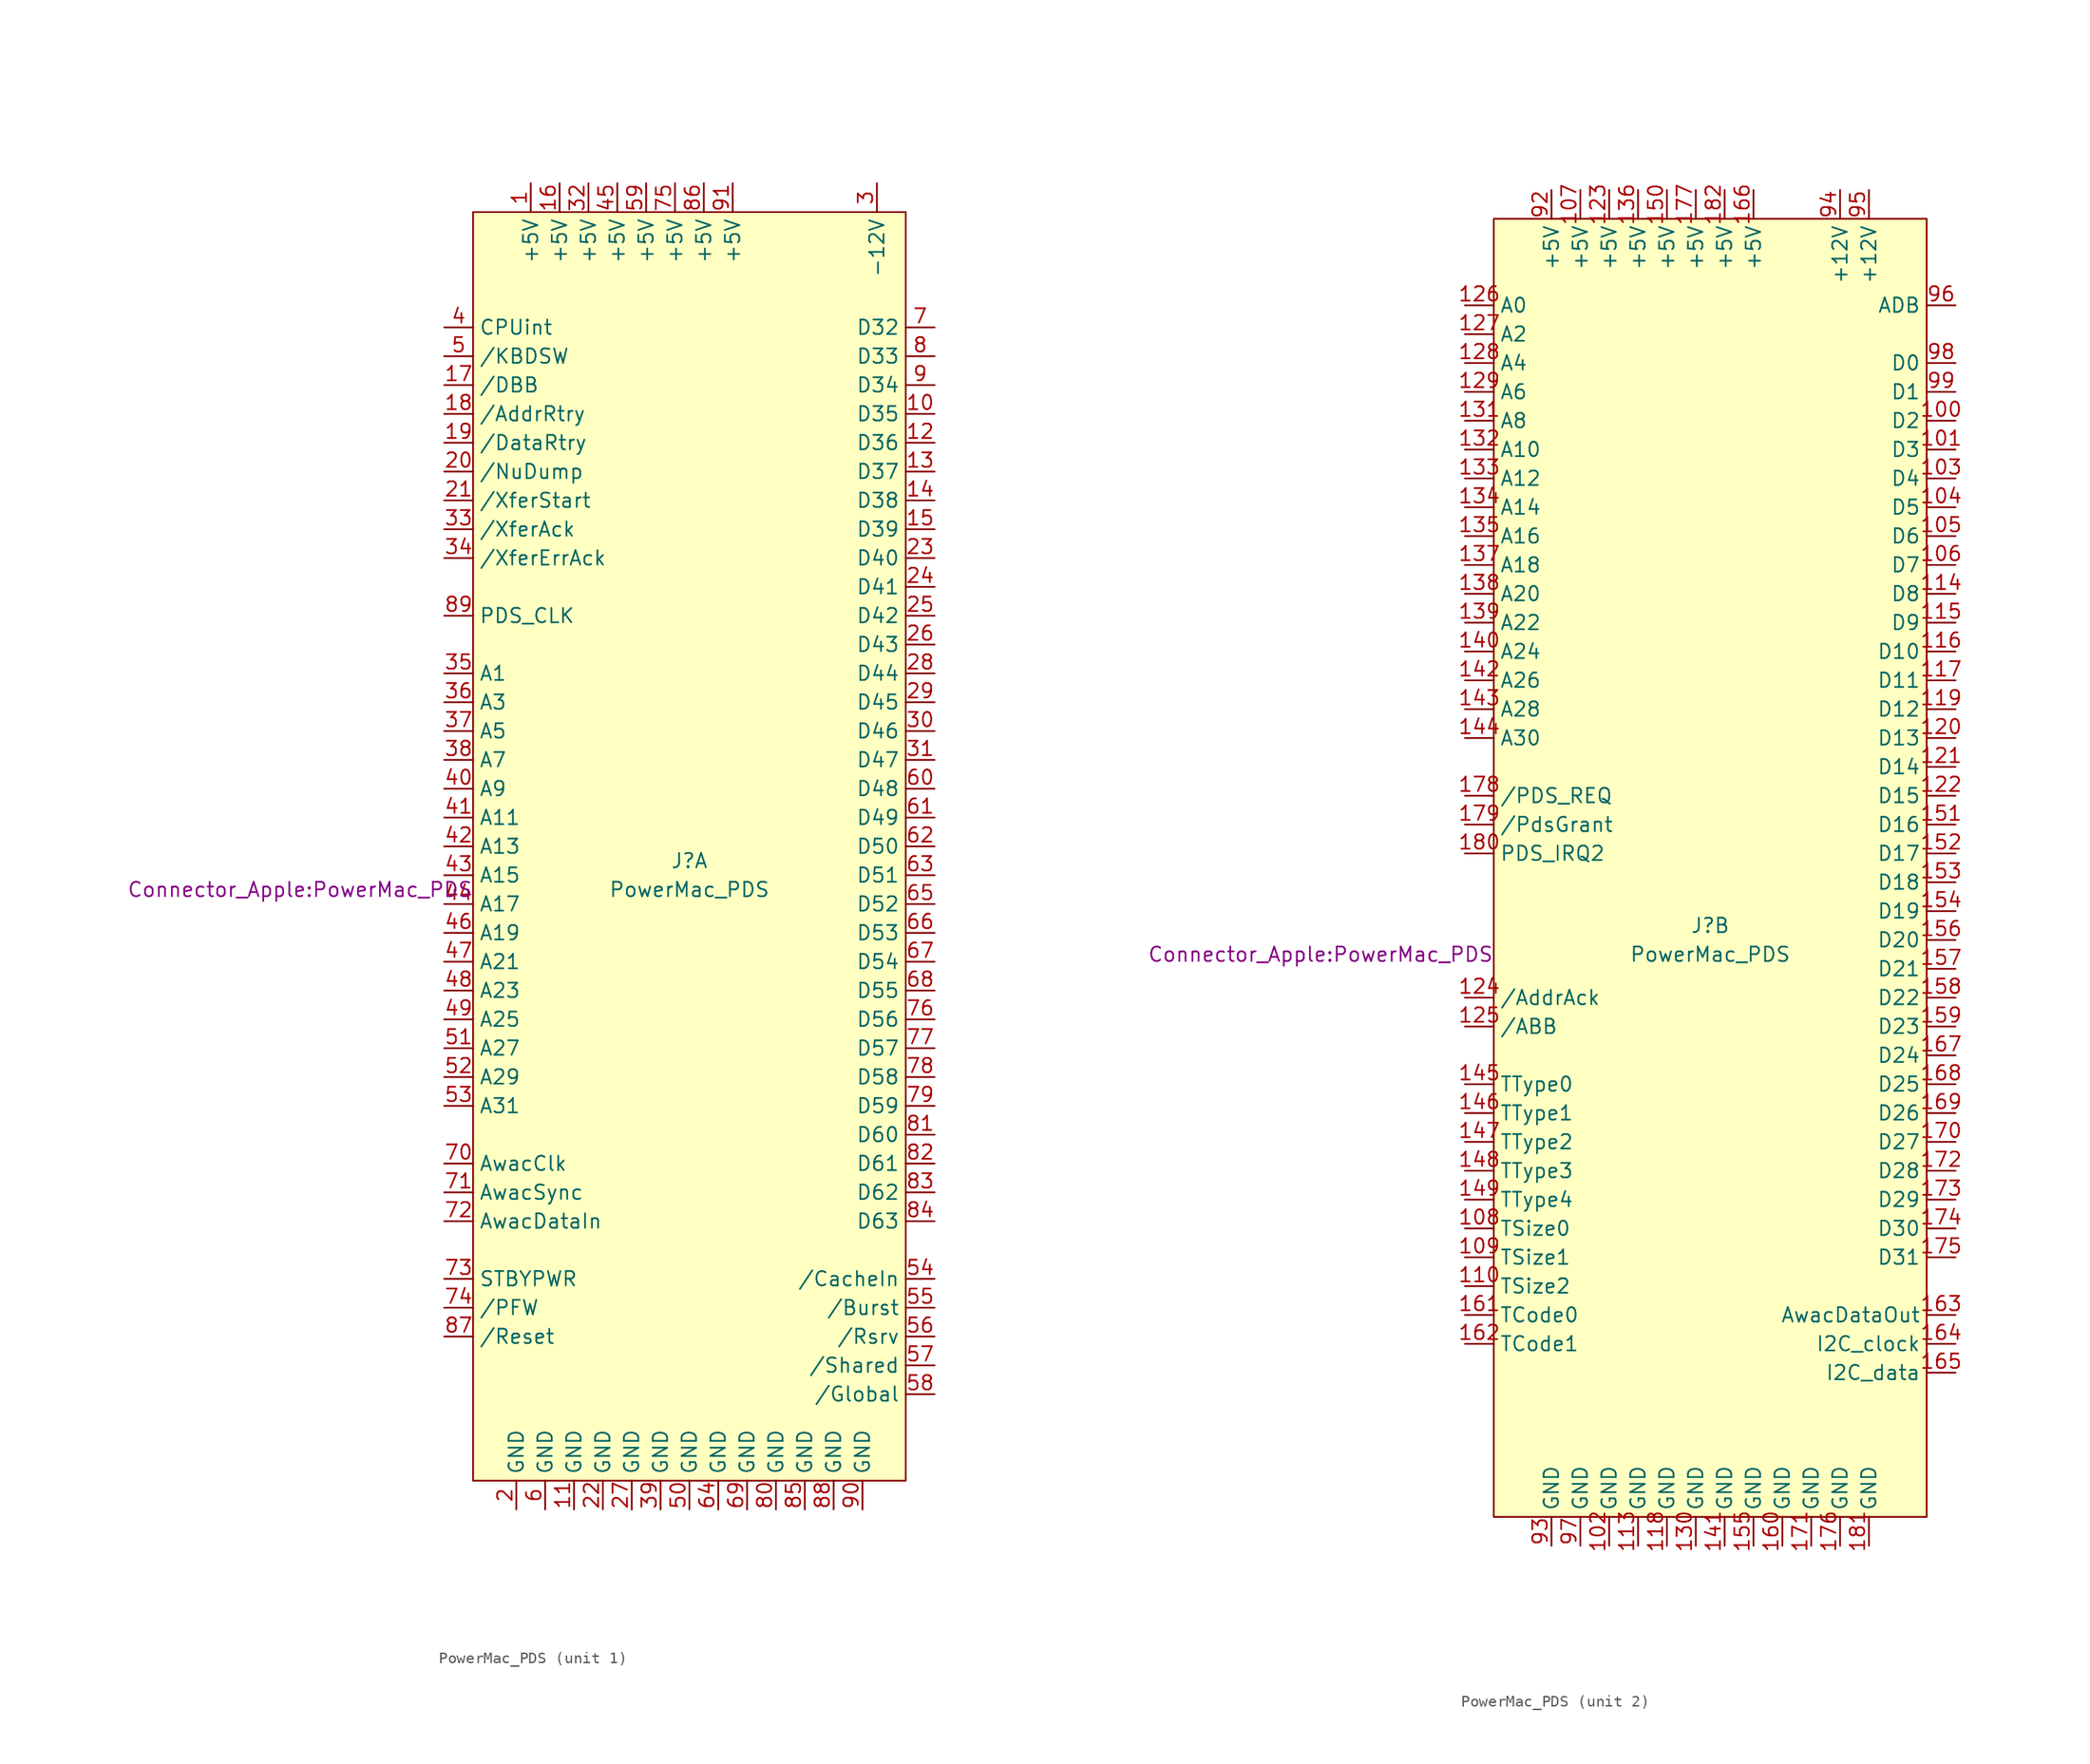
<source format=kicad_sym>
(kicad_symbol_lib
  (version 20231120)
  (generator "kicad_symbol_editor")
  (generator_version "8.0")
  (symbol "PowerMac_PDS"
    (property "Reference" "J"
      (at 0 1.27 0)
      (effects (font (size 1.27 1.27))))
    (property "Value" "PowerMac_PDS"
      (at 0 -1.27 0)
      (effects (font (size 1.27 1.27))))
    (property "Footprint" "Connector_Apple:PowerMac_PDS"
      (at -34.29 -1.27 0)
      (effects (font (size 1.27 1.27))))
    (property "ki_locked" ""
      (at 0 0 0)
      (effects (font (size 1.27 1.27))))
    (symbol "PowerMac_PDS_1_1"
      (rectangle (start -19.05 58.42) (end 19.05 -53.34) (stroke (width 0) (type solid)) (fill (type background)))
      (pin power_in line (at -13.97 60.96 270) (length 2.54) (name "+5V" (effects (font (size 1.27 1.27)))) (number "1" (effects (font (size 1.27 1.27)))))
      (pin unspecified line (at 21.59 40.64 180) (length 2.54) (name "D35" (effects (font (size 1.27 1.27)))) (number "10" (effects (font (size 1.27 1.27)))))
      (pin power_in line (at -10.16 -55.88 90) (length 2.54) (name "GND" (effects (font (size 1.27 1.27)))) (number "11" (effects (font (size 1.27 1.27)))))
      (pin unspecified line (at 21.59 38.1 180) (length 2.54) (name "D36" (effects (font (size 1.27 1.27)))) (number "12" (effects (font (size 1.27 1.27)))))
      (pin unspecified line (at 21.59 35.56 180) (length 2.54) (name "D37" (effects (font (size 1.27 1.27)))) (number "13" (effects (font (size 1.27 1.27)))))
      (pin unspecified line (at 21.59 33.02 180) (length 2.54) (name "D38" (effects (font (size 1.27 1.27)))) (number "14" (effects (font (size 1.27 1.27)))))
      (pin unspecified line (at 21.59 30.48 180) (length 2.54) (name "D39" (effects (font (size 1.27 1.27)))) (number "15" (effects (font (size 1.27 1.27)))))
      (pin power_in line (at -11.43 60.96 270) (length 2.54) (name "+5V" (effects (font (size 1.27 1.27)))) (number "16" (effects (font (size 1.27 1.27)))))
      (pin power_in line (at -21.59 43.18 0) (length 2.54) (name "/DBB" (effects (font (size 1.27 1.27)))) (number "17" (effects (font (size 1.27 1.27)))))
      (pin unspecified line (at -21.59 40.64 0) (length 2.54) (name "/AddrRtry" (effects (font (size 1.27 1.27)))) (number "18" (effects (font (size 1.27 1.27)))))
      (pin unspecified line (at -21.59 38.1 0) (length 2.54) (name "/DataRtry" (effects (font (size 1.27 1.27)))) (number "19" (effects (font (size 1.27 1.27)))))
      (pin power_in line (at -15.24 -55.88 90) (length 2.54) (name "GND" (effects (font (size 1.27 1.27)))) (number "2" (effects (font (size 1.27 1.27)))))
      (pin unspecified line (at -21.59 35.56 0) (length 2.54) (name "/NuDump" (effects (font (size 1.27 1.27)))) (number "20" (effects (font (size 1.27 1.27)))))
      (pin unspecified line (at -21.59 33.02 0) (length 2.54) (name "/XferStart" (effects (font (size 1.27 1.27)))) (number "21" (effects (font (size 1.27 1.27)))))
      (pin power_in line (at -7.62 -55.88 90) (length 2.54) (name "GND" (effects (font (size 1.27 1.27)))) (number "22" (effects (font (size 1.27 1.27)))))
      (pin unspecified line (at 21.59 27.94 180) (length 2.54) (name "D40" (effects (font (size 1.27 1.27)))) (number "23" (effects (font (size 1.27 1.27)))))
      (pin unspecified line (at 21.59 25.4 180) (length 2.54) (name "D41" (effects (font (size 1.27 1.27)))) (number "24" (effects (font (size 1.27 1.27)))))
      (pin unspecified line (at 21.59 22.86 180) (length 2.54) (name "D42" (effects (font (size 1.27 1.27)))) (number "25" (effects (font (size 1.27 1.27)))))
      (pin unspecified line (at 21.59 20.32 180) (length 2.54) (name "D43" (effects (font (size 1.27 1.27)))) (number "26" (effects (font (size 1.27 1.27)))))
      (pin power_in line (at -5.08 -55.88 90) (length 2.54) (name "GND" (effects (font (size 1.27 1.27)))) (number "27" (effects (font (size 1.27 1.27)))))
      (pin unspecified line (at 21.59 17.78 180) (length 2.54) (name "D44" (effects (font (size 1.27 1.27)))) (number "28" (effects (font (size 1.27 1.27)))))
      (pin unspecified line (at 21.59 15.24 180) (length 2.54) (name "D45" (effects (font (size 1.27 1.27)))) (number "29" (effects (font (size 1.27 1.27)))))
      (pin power_in line (at 16.51 60.96 270) (length 2.54) (name "-12V" (effects (font (size 1.27 1.27)))) (number "3" (effects (font (size 1.27 1.27)))))
      (pin unspecified line (at 21.59 12.7 180) (length 2.54) (name "D46" (effects (font (size 1.27 1.27)))) (number "30" (effects (font (size 1.27 1.27)))))
      (pin unspecified line (at 21.59 10.16 180) (length 2.54) (name "D47" (effects (font (size 1.27 1.27)))) (number "31" (effects (font (size 1.27 1.27)))))
      (pin power_in line (at -8.89 60.96 270) (length 2.54) (name "+5V" (effects (font (size 1.27 1.27)))) (number "32" (effects (font (size 1.27 1.27)))))
      (pin unspecified line (at -21.59 30.48 0) (length 2.54) (name "/XferAck" (effects (font (size 1.27 1.27)))) (number "33" (effects (font (size 1.27 1.27)))))
      (pin unspecified line (at -21.59 27.94 0) (length 2.54) (name "/XferErrAck" (effects (font (size 1.27 1.27)))) (number "34" (effects (font (size 1.27 1.27)))))
      (pin input line (at -21.59 17.78 0) (length 2.54) (name "A1" (effects (font (size 1.27 1.27)))) (number "35" (effects (font (size 1.27 1.27)))))
      (pin input line (at -21.59 15.24 0) (length 2.54) (name "A3" (effects (font (size 1.27 1.27)))) (number "36" (effects (font (size 1.27 1.27)))))
      (pin input line (at -21.59 12.7 0) (length 2.54) (name "A5" (effects (font (size 1.27 1.27)))) (number "37" (effects (font (size 1.27 1.27)))))
      (pin input line (at -21.59 10.16 0) (length 2.54) (name "A7" (effects (font (size 1.27 1.27)))) (number "38" (effects (font (size 1.27 1.27)))))
      (pin power_in line (at -2.54 -55.88 90) (length 2.54) (name "GND" (effects (font (size 1.27 1.27)))) (number "39" (effects (font (size 1.27 1.27)))))
      (pin unspecified line (at -21.59 48.26 0) (length 2.54) (name "CPUint" (effects (font (size 1.27 1.27)))) (number "4" (effects (font (size 1.27 1.27)))))
      (pin input line (at -21.59 7.62 0) (length 2.54) (name "A9" (effects (font (size 1.27 1.27)))) (number "40" (effects (font (size 1.27 1.27)))))
      (pin input line (at -21.59 5.08 0) (length 2.54) (name "A11" (effects (font (size 1.27 1.27)))) (number "41" (effects (font (size 1.27 1.27)))))
      (pin input line (at -21.59 2.54 0) (length 2.54) (name "A13" (effects (font (size 1.27 1.27)))) (number "42" (effects (font (size 1.27 1.27)))))
      (pin input line (at -21.59 0 0) (length 2.54) (name "A15" (effects (font (size 1.27 1.27)))) (number "43" (effects (font (size 1.27 1.27)))))
      (pin input line (at -21.59 -2.54 0) (length 2.54) (name "A17" (effects (font (size 1.27 1.27)))) (number "44" (effects (font (size 1.27 1.27)))))
      (pin power_in line (at -6.35 60.96 270) (length 2.54) (name "+5V" (effects (font (size 1.27 1.27)))) (number "45" (effects (font (size 1.27 1.27)))))
      (pin input line (at -21.59 -5.08 0) (length 2.54) (name "A19" (effects (font (size 1.27 1.27)))) (number "46" (effects (font (size 1.27 1.27)))))
      (pin input line (at -21.59 -7.62 0) (length 2.54) (name "A21" (effects (font (size 1.27 1.27)))) (number "47" (effects (font (size 1.27 1.27)))))
      (pin input line (at -21.59 -10.16 0) (length 2.54) (name "A23" (effects (font (size 1.27 1.27)))) (number "48" (effects (font (size 1.27 1.27)))))
      (pin input line (at -21.59 -12.7 0) (length 2.54) (name "A25" (effects (font (size 1.27 1.27)))) (number "49" (effects (font (size 1.27 1.27)))))
      (pin unspecified line (at -21.59 45.72 0) (length 2.54) (name "/KBDSW" (effects (font (size 1.27 1.27)))) (number "5" (effects (font (size 1.27 1.27)))))
      (pin power_in line (at 0 -55.88 90) (length 2.54) (name "GND" (effects (font (size 1.27 1.27)))) (number "50" (effects (font (size 1.27 1.27)))))
      (pin input line (at -21.59 -15.24 0) (length 2.54) (name "A27" (effects (font (size 1.27 1.27)))) (number "51" (effects (font (size 1.27 1.27)))))
      (pin input line (at -21.59 -17.78 0) (length 2.54) (name "A29" (effects (font (size 1.27 1.27)))) (number "52" (effects (font (size 1.27 1.27)))))
      (pin input line (at -21.59 -20.32 0) (length 2.54) (name "A31" (effects (font (size 1.27 1.27)))) (number "53" (effects (font (size 1.27 1.27)))))
      (pin unspecified line (at 21.59 -35.56 180) (length 2.54) (name "/CacheIn" (effects (font (size 1.27 1.27)))) (number "54" (effects (font (size 1.27 1.27)))))
      (pin unspecified line (at 21.59 -38.1 180) (length 2.54) (name "/Burst" (effects (font (size 1.27 1.27)))) (number "55" (effects (font (size 1.27 1.27)))))
      (pin unspecified line (at 21.59 -40.64 180) (length 2.54) (name "/Rsrv" (effects (font (size 1.27 1.27)))) (number "56" (effects (font (size 1.27 1.27)))))
      (pin unspecified line (at 21.59 -43.18 180) (length 2.54) (name "/Shared" (effects (font (size 1.27 1.27)))) (number "57" (effects (font (size 1.27 1.27)))))
      (pin unspecified line (at 21.59 -45.72 180) (length 2.54) (name "/Global" (effects (font (size 1.27 1.27)))) (number "58" (effects (font (size 1.27 1.27)))))
      (pin power_in line (at -3.81 60.96 270) (length 2.54) (name "+5V" (effects (font (size 1.27 1.27)))) (number "59" (effects (font (size 1.27 1.27)))))
      (pin power_in line (at -12.7 -55.88 90) (length 2.54) (name "GND" (effects (font (size 1.27 1.27)))) (number "6" (effects (font (size 1.27 1.27)))))
      (pin unspecified line (at 21.59 7.62 180) (length 2.54) (name "D48" (effects (font (size 1.27 1.27)))) (number "60" (effects (font (size 1.27 1.27)))))
      (pin unspecified line (at 21.59 5.08 180) (length 2.54) (name "D49" (effects (font (size 1.27 1.27)))) (number "61" (effects (font (size 1.27 1.27)))))
      (pin unspecified line (at 21.59 2.54 180) (length 2.54) (name "D50" (effects (font (size 1.27 1.27)))) (number "62" (effects (font (size 1.27 1.27)))))
      (pin unspecified line (at 21.59 0 180) (length 2.54) (name "D51" (effects (font (size 1.27 1.27)))) (number "63" (effects (font (size 1.27 1.27)))))
      (pin power_in line (at 2.54 -55.88 90) (length 2.54) (name "GND" (effects (font (size 1.27 1.27)))) (number "64" (effects (font (size 1.27 1.27)))))
      (pin unspecified line (at 21.59 -2.54 180) (length 2.54) (name "D52" (effects (font (size 1.27 1.27)))) (number "65" (effects (font (size 1.27 1.27)))))
      (pin unspecified line (at 21.59 -5.08 180) (length 2.54) (name "D53" (effects (font (size 1.27 1.27)))) (number "66" (effects (font (size 1.27 1.27)))))
      (pin unspecified line (at 21.59 -7.62 180) (length 2.54) (name "D54" (effects (font (size 1.27 1.27)))) (number "67" (effects (font (size 1.27 1.27)))))
      (pin unspecified line (at 21.59 -10.16 180) (length 2.54) (name "D55" (effects (font (size 1.27 1.27)))) (number "68" (effects (font (size 1.27 1.27)))))
      (pin power_in line (at 5.08 -55.88 90) (length 2.54) (name "GND" (effects (font (size 1.27 1.27)))) (number "69" (effects (font (size 1.27 1.27)))))
      (pin unspecified line (at 21.59 48.26 180) (length 2.54) (name "D32" (effects (font (size 1.27 1.27)))) (number "7" (effects (font (size 1.27 1.27)))))
      (pin unspecified line (at -21.59 -25.4 0) (length 2.54) (name "AwacClk" (effects (font (size 1.27 1.27)))) (number "70" (effects (font (size 1.27 1.27)))))
      (pin unspecified line (at -21.59 -27.94 0) (length 2.54) (name "AwacSync" (effects (font (size 1.27 1.27)))) (number "71" (effects (font (size 1.27 1.27)))))
      (pin unspecified line (at -21.59 -30.48 0) (length 2.54) (name "AwacDataIn" (effects (font (size 1.27 1.27)))) (number "72" (effects (font (size 1.27 1.27)))))
      (pin power_in line (at -21.59 -35.56 0) (length 2.54) (name "STBYPWR" (effects (font (size 1.27 1.27)))) (number "73" (effects (font (size 1.27 1.27)))))
      (pin unspecified line (at -21.59 -38.1 0) (length 2.54) (name "/PFW" (effects (font (size 1.27 1.27)))) (number "74" (effects (font (size 1.27 1.27)))))
      (pin power_in line (at -1.27 60.96 270) (length 2.54) (name "+5V" (effects (font (size 1.27 1.27)))) (number "75" (effects (font (size 1.27 1.27)))))
      (pin unspecified line (at 21.59 -12.7 180) (length 2.54) (name "D56" (effects (font (size 1.27 1.27)))) (number "76" (effects (font (size 1.27 1.27)))))
      (pin unspecified line (at 21.59 -15.24 180) (length 2.54) (name "D57" (effects (font (size 1.27 1.27)))) (number "77" (effects (font (size 1.27 1.27)))))
      (pin unspecified line (at 21.59 -17.78 180) (length 2.54) (name "D58" (effects (font (size 1.27 1.27)))) (number "78" (effects (font (size 1.27 1.27)))))
      (pin unspecified line (at 21.59 -20.32 180) (length 2.54) (name "D59" (effects (font (size 1.27 1.27)))) (number "79" (effects (font (size 1.27 1.27)))))
      (pin unspecified line (at 21.59 45.72 180) (length 2.54) (name "D33" (effects (font (size 1.27 1.27)))) (number "8" (effects (font (size 1.27 1.27)))))
      (pin power_in line (at 7.62 -55.88 90) (length 2.54) (name "GND" (effects (font (size 1.27 1.27)))) (number "80" (effects (font (size 1.27 1.27)))))
      (pin unspecified line (at 21.59 -22.86 180) (length 2.54) (name "D60" (effects (font (size 1.27 1.27)))) (number "81" (effects (font (size 1.27 1.27)))))
      (pin unspecified line (at 21.59 -25.4 180) (length 2.54) (name "D61" (effects (font (size 1.27 1.27)))) (number "82" (effects (font (size 1.27 1.27)))))
      (pin unspecified line (at 21.59 -27.94 180) (length 2.54) (name "D62" (effects (font (size 1.27 1.27)))) (number "83" (effects (font (size 1.27 1.27)))))
      (pin unspecified line (at 21.59 -30.48 180) (length 2.54) (name "D63" (effects (font (size 1.27 1.27)))) (number "84" (effects (font (size 1.27 1.27)))))
      (pin power_in line (at 10.16 -55.88 90) (length 2.54) (name "GND" (effects (font (size 1.27 1.27)))) (number "85" (effects (font (size 1.27 1.27)))))
      (pin power_in line (at 1.27 60.96 270) (length 2.54) (name "+5V" (effects (font (size 1.27 1.27)))) (number "86" (effects (font (size 1.27 1.27)))))
      (pin unspecified line (at -21.59 -40.64 0) (length 2.54) (name "/Reset" (effects (font (size 1.27 1.27)))) (number "87" (effects (font (size 1.27 1.27)))))
      (pin power_in line (at 12.7 -55.88 90) (length 2.54) (name "GND" (effects (font (size 1.27 1.27)))) (number "88" (effects (font (size 1.27 1.27)))))
      (pin input line (at -21.59 22.86 0) (length 2.54) (name "PDS_CLK" (effects (font (size 1.27 1.27)))) (number "89" (effects (font (size 1.27 1.27)))))
      (pin unspecified line (at 21.59 43.18 180) (length 2.54) (name "D34" (effects (font (size 1.27 1.27)))) (number "9" (effects (font (size 1.27 1.27)))))
      (pin power_in line (at 15.24 -55.88 90) (length 2.54) (name "GND" (effects (font (size 1.27 1.27)))) (number "90" (effects (font (size 1.27 1.27)))))
      (pin power_in line (at 3.81 60.96 270) (length 2.54) (name "+5V" (effects (font (size 1.27 1.27)))) (number "91" (effects (font (size 1.27 1.27))))))
    (symbol "PowerMac_PDS_2_1"
      (rectangle (start -19.05 -50.8) (end 19.05 63.5) (stroke (width 0) (type solid)) (fill (type background)))
      (pin unspecified line (at 21.59 45.72 180) (length 2.54) (name "D2" (effects (font (size 1.27 1.27)))) (number "100" (effects (font (size 1.27 1.27)))))
      (pin unspecified line (at 21.59 43.18 180) (length 2.54) (name "D3" (effects (font (size 1.27 1.27)))) (number "101" (effects (font (size 1.27 1.27)))))
      (pin power_in line (at -8.89 -53.34 90) (length 2.54) (name "GND" (effects (font (size 1.27 1.27)))) (number "102" (effects (font (size 1.27 1.27)))))
      (pin unspecified line (at 21.59 40.64 180) (length 2.54) (name "D4" (effects (font (size 1.27 1.27)))) (number "103" (effects (font (size 1.27 1.27)))))
      (pin unspecified line (at 21.59 38.1 180) (length 2.54) (name "D5" (effects (font (size 1.27 1.27)))) (number "104" (effects (font (size 1.27 1.27)))))
      (pin unspecified line (at 21.59 35.56 180) (length 2.54) (name "D6" (effects (font (size 1.27 1.27)))) (number "105" (effects (font (size 1.27 1.27)))))
      (pin unspecified line (at 21.59 33.02 180) (length 2.54) (name "D7" (effects (font (size 1.27 1.27)))) (number "106" (effects (font (size 1.27 1.27)))))
      (pin power_in line (at -11.43 66.04 270) (length 2.54) (name "+5V" (effects (font (size 1.27 1.27)))) (number "107" (effects (font (size 1.27 1.27)))))
      (pin unspecified line (at -21.59 -25.4 0) (length 2.54) (name "TSize0" (effects (font (size 1.27 1.27)))) (number "108" (effects (font (size 1.27 1.27)))))
      (pin unspecified line (at -21.59 -27.94 0) (length 2.54) (name "TSize1" (effects (font (size 1.27 1.27)))) (number "109" (effects (font (size 1.27 1.27)))))
      (pin unspecified line (at -21.59 -30.48 0) (length 2.54) (name "TSize2" (effects (font (size 1.27 1.27)))) (number "110" (effects (font (size 1.27 1.27)))))
      (pin no_connect line (at -21.59 2.54 0) (length 2.54) hide (name "NC" (effects (font (size 1.27 1.27)))) (number "111" (effects (font (size 1.27 1.27)))))
      (pin no_connect line (at -21.59 0 0) (length 2.54) hide (name "NC" (effects (font (size 1.27 1.27)))) (number "112" (effects (font (size 1.27 1.27)))))
      (pin unspecified line (at -6.35 -53.34 90) (length 2.54) (name "GND" (effects (font (size 1.27 1.27)))) (number "113" (effects (font (size 1.27 1.27)))))
      (pin unspecified line (at 21.59 30.48 180) (length 2.54) (name "D8" (effects (font (size 1.27 1.27)))) (number "114" (effects (font (size 1.27 1.27)))))
      (pin unspecified line (at 21.59 27.94 180) (length 2.54) (name "D9" (effects (font (size 1.27 1.27)))) (number "115" (effects (font (size 1.27 1.27)))))
      (pin unspecified line (at 21.59 25.4 180) (length 2.54) (name "D10" (effects (font (size 1.27 1.27)))) (number "116" (effects (font (size 1.27 1.27)))))
      (pin unspecified line (at 21.59 22.86 180) (length 2.54) (name "D11" (effects (font (size 1.27 1.27)))) (number "117" (effects (font (size 1.27 1.27)))))
      (pin power_in line (at -3.81 -53.34 90) (length 2.54) (name "GND" (effects (font (size 1.27 1.27)))) (number "118" (effects (font (size 1.27 1.27)))))
      (pin unspecified line (at 21.59 20.32 180) (length 2.54) (name "D12" (effects (font (size 1.27 1.27)))) (number "119" (effects (font (size 1.27 1.27)))))
      (pin unspecified line (at 21.59 17.78 180) (length 2.54) (name "D13" (effects (font (size 1.27 1.27)))) (number "120" (effects (font (size 1.27 1.27)))))
      (pin unspecified line (at 21.59 15.24 180) (length 2.54) (name "D14" (effects (font (size 1.27 1.27)))) (number "121" (effects (font (size 1.27 1.27)))))
      (pin unspecified line (at 21.59 12.7 180) (length 2.54) (name "D15" (effects (font (size 1.27 1.27)))) (number "122" (effects (font (size 1.27 1.27)))))
      (pin power_in line (at -8.89 66.04 270) (length 2.54) (name "+5V" (effects (font (size 1.27 1.27)))) (number "123" (effects (font (size 1.27 1.27)))))
      (pin unspecified line (at -21.59 -5.08 0) (length 2.54) (name "/AddrAck" (effects (font (size 1.27 1.27)))) (number "124" (effects (font (size 1.27 1.27)))))
      (pin unspecified line (at -21.59 -7.62 0) (length 2.54) (name "/ABB" (effects (font (size 1.27 1.27)))) (number "125" (effects (font (size 1.27 1.27)))))
      (pin input line (at -21.59 55.88 0) (length 2.54) (name "A0" (effects (font (size 1.27 1.27)))) (number "126" (effects (font (size 1.27 1.27)))))
      (pin input line (at -21.59 53.34 0) (length 2.54) (name "A2" (effects (font (size 1.27 1.27)))) (number "127" (effects (font (size 1.27 1.27)))))
      (pin input line (at -21.59 50.8 0) (length 2.54) (name "A4" (effects (font (size 1.27 1.27)))) (number "128" (effects (font (size 1.27 1.27)))))
      (pin input line (at -21.59 48.26 0) (length 2.54) (name "A6" (effects (font (size 1.27 1.27)))) (number "129" (effects (font (size 1.27 1.27)))))
      (pin power_in line (at -1.27 -53.34 90) (length 2.54) (name "GND" (effects (font (size 1.27 1.27)))) (number "130" (effects (font (size 1.27 1.27)))))
      (pin input line (at -21.59 45.72 0) (length 2.54) (name "A8" (effects (font (size 1.27 1.27)))) (number "131" (effects (font (size 1.27 1.27)))))
      (pin input line (at -21.59 43.18 0) (length 2.54) (name "A10" (effects (font (size 1.27 1.27)))) (number "132" (effects (font (size 1.27 1.27)))))
      (pin input line (at -21.59 40.64 0) (length 2.54) (name "A12" (effects (font (size 1.27 1.27)))) (number "133" (effects (font (size 1.27 1.27)))))
      (pin input line (at -21.59 38.1 0) (length 2.54) (name "A14" (effects (font (size 1.27 1.27)))) (number "134" (effects (font (size 1.27 1.27)))))
      (pin input line (at -21.59 35.56 0) (length 2.54) (name "A16" (effects (font (size 1.27 1.27)))) (number "135" (effects (font (size 1.27 1.27)))))
      (pin power_in line (at -6.35 66.04 270) (length 2.54) (name "+5V" (effects (font (size 1.27 1.27)))) (number "136" (effects (font (size 1.27 1.27)))))
      (pin input line (at -21.59 33.02 0) (length 2.54) (name "A18" (effects (font (size 1.27 1.27)))) (number "137" (effects (font (size 1.27 1.27)))))
      (pin input line (at -21.59 30.48 0) (length 2.54) (name "A20" (effects (font (size 1.27 1.27)))) (number "138" (effects (font (size 1.27 1.27)))))
      (pin input line (at -21.59 27.94 0) (length 2.54) (name "A22" (effects (font (size 1.27 1.27)))) (number "139" (effects (font (size 1.27 1.27)))))
      (pin input line (at -21.59 25.4 0) (length 2.54) (name "A24" (effects (font (size 1.27 1.27)))) (number "140" (effects (font (size 1.27 1.27)))))
      (pin power_in line (at 1.27 -53.34 90) (length 2.54) (name "GND" (effects (font (size 1.27 1.27)))) (number "141" (effects (font (size 1.27 1.27)))))
      (pin input line (at -21.59 22.86 0) (length 2.54) (name "A26" (effects (font (size 1.27 1.27)))) (number "142" (effects (font (size 1.27 1.27)))))
      (pin input line (at -21.59 20.32 0) (length 2.54) (name "A28" (effects (font (size 1.27 1.27)))) (number "143" (effects (font (size 1.27 1.27)))))
      (pin input line (at -21.59 17.78 0) (length 2.54) (name "A30" (effects (font (size 1.27 1.27)))) (number "144" (effects (font (size 1.27 1.27)))))
      (pin unspecified line (at -21.59 -12.7 0) (length 2.54) (name "TType0" (effects (font (size 1.27 1.27)))) (number "145" (effects (font (size 1.27 1.27)))))
      (pin unspecified line (at -21.59 -15.24 0) (length 2.54) (name "TType1" (effects (font (size 1.27 1.27)))) (number "146" (effects (font (size 1.27 1.27)))))
      (pin unspecified line (at -21.59 -17.78 0) (length 2.54) (name "TType2" (effects (font (size 1.27 1.27)))) (number "147" (effects (font (size 1.27 1.27)))))
      (pin unspecified line (at -21.59 -20.32 0) (length 2.54) (name "TType3" (effects (font (size 1.27 1.27)))) (number "148" (effects (font (size 1.27 1.27)))))
      (pin unspecified line (at -21.59 -22.86 0) (length 2.54) (name "TType4" (effects (font (size 1.27 1.27)))) (number "149" (effects (font (size 1.27 1.27)))))
      (pin power_in line (at -3.81 66.04 270) (length 2.54) (name "+5V" (effects (font (size 1.27 1.27)))) (number "150" (effects (font (size 1.27 1.27)))))
      (pin unspecified line (at 21.59 10.16 180) (length 2.54) (name "D16" (effects (font (size 1.27 1.27)))) (number "151" (effects (font (size 1.27 1.27)))))
      (pin unspecified line (at 21.59 7.62 180) (length 2.54) (name "D17" (effects (font (size 1.27 1.27)))) (number "152" (effects (font (size 1.27 1.27)))))
      (pin unspecified line (at 21.59 5.08 180) (length 2.54) (name "D18" (effects (font (size 1.27 1.27)))) (number "153" (effects (font (size 1.27 1.27)))))
      (pin unspecified line (at 21.59 2.54 180) (length 2.54) (name "D19" (effects (font (size 1.27 1.27)))) (number "154" (effects (font (size 1.27 1.27)))))
      (pin power_in line (at 3.81 -53.34 90) (length 2.54) (name "GND" (effects (font (size 1.27 1.27)))) (number "155" (effects (font (size 1.27 1.27)))))
      (pin unspecified line (at 21.59 0 180) (length 2.54) (name "D20" (effects (font (size 1.27 1.27)))) (number "156" (effects (font (size 1.27 1.27)))))
      (pin unspecified line (at 21.59 -2.54 180) (length 2.54) (name "D21" (effects (font (size 1.27 1.27)))) (number "157" (effects (font (size 1.27 1.27)))))
      (pin unspecified line (at 21.59 -5.08 180) (length 2.54) (name "D22" (effects (font (size 1.27 1.27)))) (number "158" (effects (font (size 1.27 1.27)))))
      (pin unspecified line (at 21.59 -7.62 180) (length 2.54) (name "D23" (effects (font (size 1.27 1.27)))) (number "159" (effects (font (size 1.27 1.27)))))
      (pin power_in line (at 6.35 -53.34 90) (length 2.54) (name "GND" (effects (font (size 1.27 1.27)))) (number "160" (effects (font (size 1.27 1.27)))))
      (pin unspecified line (at -21.59 -33.02 0) (length 2.54) (name "TCode0" (effects (font (size 1.27 1.27)))) (number "161" (effects (font (size 1.27 1.27)))))
      (pin unspecified line (at -21.59 -35.56 0) (length 2.54) (name "TCode1" (effects (font (size 1.27 1.27)))) (number "162" (effects (font (size 1.27 1.27)))))
      (pin output line (at 21.59 -33.02 180) (length 2.54) (name "AwacDataOut" (effects (font (size 1.27 1.27)))) (number "163" (effects (font (size 1.27 1.27)))))
      (pin output line (at 21.59 -35.56 180) (length 2.54) (name "I2C_clock" (effects (font (size 1.27 1.27)))) (number "164" (effects (font (size 1.27 1.27)))))
      (pin bidirectional line (at 21.59 -38.1 180) (length 2.54) (name "I2C_data" (effects (font (size 1.27 1.27)))) (number "165" (effects (font (size 1.27 1.27)))))
      (pin power_in line (at 3.81 66.04 270) (length 2.54) (name "+5V" (effects (font (size 1.27 1.27)))) (number "166" (effects (font (size 1.27 1.27)))))
      (pin unspecified line (at 21.59 -10.16 180) (length 2.54) (name "D24" (effects (font (size 1.27 1.27)))) (number "167" (effects (font (size 1.27 1.27)))))
      (pin unspecified line (at 21.59 -12.7 180) (length 2.54) (name "D25" (effects (font (size 1.27 1.27)))) (number "168" (effects (font (size 1.27 1.27)))))
      (pin unspecified line (at 21.59 -15.24 180) (length 2.54) (name "D26" (effects (font (size 1.27 1.27)))) (number "169" (effects (font (size 1.27 1.27)))))
      (pin unspecified line (at 21.59 -17.78 180) (length 2.54) (name "D27" (effects (font (size 1.27 1.27)))) (number "170" (effects (font (size 1.27 1.27)))))
      (pin power_in line (at 8.89 -53.34 90) (length 2.54) (name "GND" (effects (font (size 1.27 1.27)))) (number "171" (effects (font (size 1.27 1.27)))))
      (pin unspecified line (at 21.59 -20.32 180) (length 2.54) (name "D28" (effects (font (size 1.27 1.27)))) (number "172" (effects (font (size 1.27 1.27)))))
      (pin unspecified line (at 21.59 -22.86 180) (length 2.54) (name "D29" (effects (font (size 1.27 1.27)))) (number "173" (effects (font (size 1.27 1.27)))))
      (pin unspecified line (at 21.59 -25.4 180) (length 2.54) (name "D30" (effects (font (size 1.27 1.27)))) (number "174" (effects (font (size 1.27 1.27)))))
      (pin unspecified line (at 21.59 -27.94 180) (length 2.54) (name "D31" (effects (font (size 1.27 1.27)))) (number "175" (effects (font (size 1.27 1.27)))))
      (pin power_in line (at 11.43 -53.34 90) (length 2.54) (name "GND" (effects (font (size 1.27 1.27)))) (number "176" (effects (font (size 1.27 1.27)))))
      (pin power_in line (at -1.27 66.04 270) (length 2.54) (name "+5V" (effects (font (size 1.27 1.27)))) (number "177" (effects (font (size 1.27 1.27)))))
      (pin power_in line (at -21.59 12.7 0) (length 2.54) (name "/PDS_REQ" (effects (font (size 1.27 1.27)))) (number "178" (effects (font (size 1.27 1.27)))))
      (pin unspecified line (at -21.59 10.16 0) (length 2.54) (name "/PdsGrant" (effects (font (size 1.27 1.27)))) (number "179" (effects (font (size 1.27 1.27)))))
      (pin unspecified line (at -21.59 7.62 0) (length 2.54) (name "PDS_IRQ2" (effects (font (size 1.27 1.27)))) (number "180" (effects (font (size 1.27 1.27)))))
      (pin power_in line (at 13.97 -53.34 90) (length 2.54) (name "GND" (effects (font (size 1.27 1.27)))) (number "181" (effects (font (size 1.27 1.27)))))
      (pin power_in line (at 1.27 66.04 270) (length 2.54) (name "+5V" (effects (font (size 1.27 1.27)))) (number "182" (effects (font (size 1.27 1.27)))))
      (pin power_in line (at -13.97 66.04 270) (length 2.54) (name "+5V" (effects (font (size 1.27 1.27)))) (number "92" (effects (font (size 1.27 1.27)))))
      (pin power_in line (at -13.97 -53.34 90) (length 2.54) (name "GND" (effects (font (size 1.27 1.27)))) (number "93" (effects (font (size 1.27 1.27)))))
      (pin power_in line (at 11.43 66.04 270) (length 2.54) (name "+12V" (effects (font (size 1.27 1.27)))) (number "94" (effects (font (size 1.27 1.27)))))
      (pin power_in line (at 13.97 66.04 270) (length 2.54) (name "+12V" (effects (font (size 1.27 1.27)))) (number "95" (effects (font (size 1.27 1.27)))))
      (pin unspecified line (at 21.59 55.88 180) (length 2.54) (name "ADB" (effects (font (size 1.27 1.27)))) (number "96" (effects (font (size 1.27 1.27)))))
      (pin power_in line (at -11.43 -53.34 90) (length 2.54) (name "GND" (effects (font (size 1.27 1.27)))) (number "97" (effects (font (size 1.27 1.27)))))
      (pin unspecified line (at 21.59 50.8 180) (length 2.54) (name "D0" (effects (font (size 1.27 1.27)))) (number "98" (effects (font (size 1.27 1.27)))))
      (pin unspecified line (at 21.59 48.26 180) (length 2.54) (name "D1" (effects (font (size 1.27 1.27)))) (number "99" (effects (font (size 1.27 1.27))))))))
</source>
